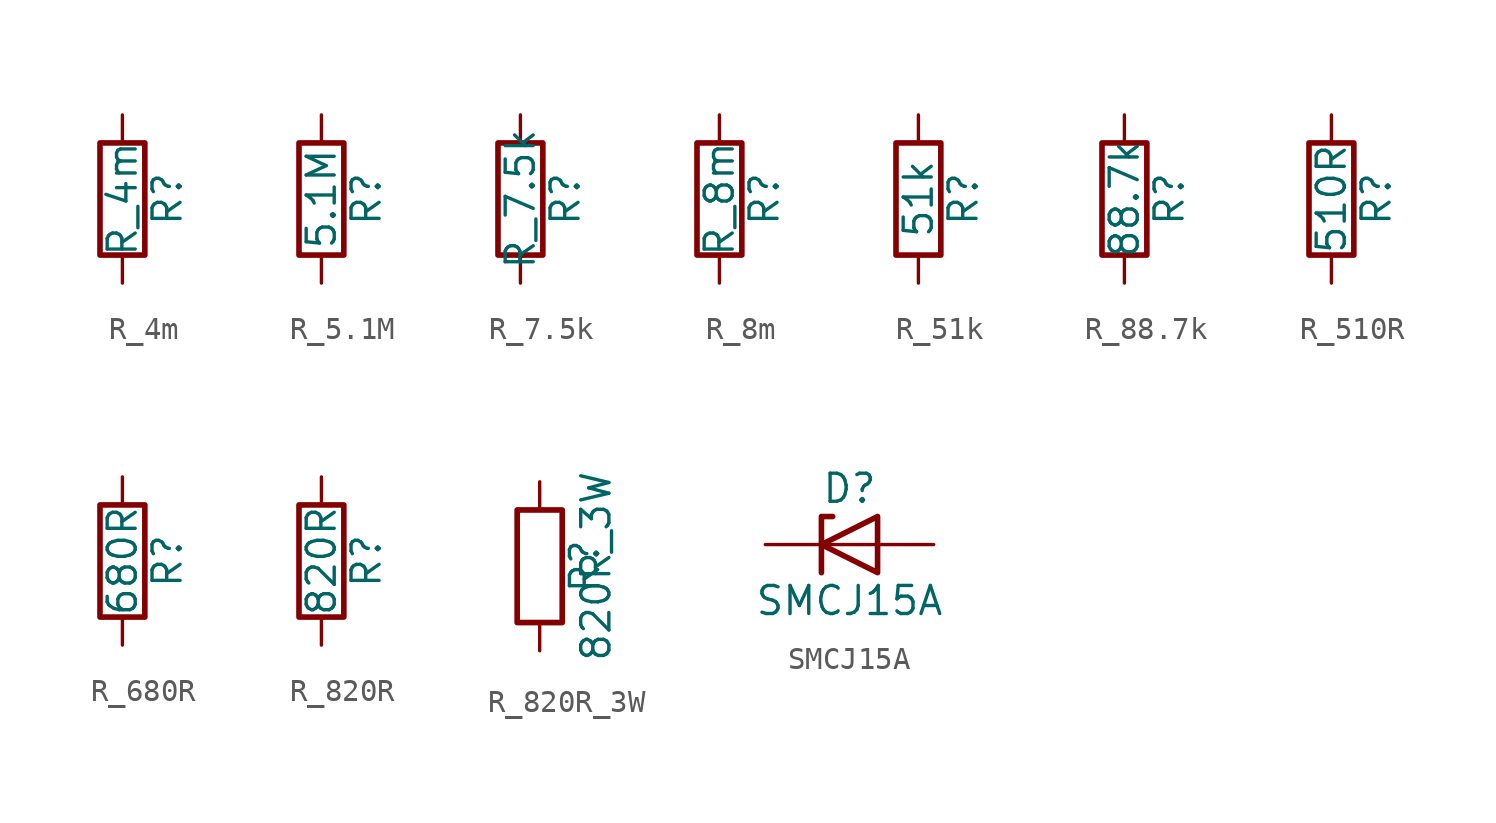
<source format=kicad_sym>
(kicad_symbol_lib
  (version 20231120)
  (generator "kicad_symbol_editor")
  (generator_version "8.0")
  (symbol "R_4m"
    (pin_numbers hide)
    (pin_names
      (offset 0))
    (property "Reference" "R"
      (at 2.032 0 90)
      (effects (font (size 1.27 1.27))))
    (property "Value" "R_4m"
      (at 0 0 90)
      (effects (font (size 1.27 1.27))))
    (symbol "R_4m_0_1"
      (rectangle (start -1.016 -2.54) (end 1.016 2.54) (stroke (width 0.254) (type default)) (fill (type none))))
    (symbol "R_4m_1_1"
      (pin passive line (at 0 3.81 270) (length 1.27) (name "~" (effects (font (size 1.27 1.27)))) (number "1" (effects (font (size 1.27 1.27)))))
      (pin passive line (at 0 -3.81 90) (length 1.27) (name "~" (effects (font (size 1.27 1.27)))) (number "2" (effects (font (size 1.27 1.27)))))))
  (symbol "R_5.1M"
    (pin_numbers hide)
    (pin_names
      (offset 0))
    (property "Reference" "R"
      (at 2.032 0 90)
      (effects (font (size 1.27 1.27))))
    (property "Value" "5.1M"
      (at 0 0 90)
      (effects (font (size 1.27 1.27))))
    (symbol "R_5.1M_0_1"
      (rectangle (start -1.016 -2.54) (end 1.016 2.54) (stroke (width 0.254) (type default)) (fill (type none))))
    (symbol "R_5.1M_1_1"
      (pin passive line (at 0 3.81 270) (length 1.27) (name "~" (effects (font (size 1.27 1.27)))) (number "1" (effects (font (size 1.27 1.27)))))
      (pin passive line (at 0 -3.81 90) (length 1.27) (name "~" (effects (font (size 1.27 1.27)))) (number "2" (effects (font (size 1.27 1.27)))))))
  (symbol "R_7.5k"
    (pin_numbers hide)
    (pin_names
      (offset 0))
    (property "Reference" "R"
      (at 2.032 0 90)
      (effects (font (size 1.27 1.27))))
    (property "Value" "R_7.5k"
      (at 0 0 90)
      (effects (font (size 1.27 1.27))))
    (symbol "R_7.5k_0_1"
      (rectangle (start -1.016 -2.54) (end 1.016 2.54) (stroke (width 0.254) (type default)) (fill (type none))))
    (symbol "R_7.5k_1_1"
      (pin passive line (at 0 3.81 270) (length 1.27) (name "~" (effects (font (size 1.27 1.27)))) (number "1" (effects (font (size 1.27 1.27)))))
      (pin passive line (at 0 -3.81 90) (length 1.27) (name "~" (effects (font (size 1.27 1.27)))) (number "2" (effects (font (size 1.27 1.27)))))))
  (symbol "R_8m"
    (pin_numbers hide)
    (pin_names
      (offset 0))
    (property "Reference" "R"
      (at 2.032 0 90)
      (effects (font (size 1.27 1.27))))
    (property "Value" "R_8m"
      (at 0 0 90)
      (effects (font (size 1.27 1.27))))
    (symbol "R_8m_0_1"
      (rectangle (start -1.016 -2.54) (end 1.016 2.54) (stroke (width 0.254) (type default)) (fill (type none))))
    (symbol "R_8m_1_1"
      (pin passive line (at 0 3.81 270) (length 1.27) (name "~" (effects (font (size 1.27 1.27)))) (number "1" (effects (font (size 1.27 1.27)))))
      (pin passive line (at 0 -3.81 90) (length 1.27) (name "~" (effects (font (size 1.27 1.27)))) (number "2" (effects (font (size 1.27 1.27)))))))
  (symbol "R_51k"
    (pin_numbers hide)
    (pin_names
      (offset 0))
    (property "Reference" "R"
      (at 2.032 0 90)
      (effects (font (size 1.27 1.27))))
    (property "Value" "51k"
      (at 0 0 90)
      (effects (font (size 1.27 1.27))))
    (symbol "R_51k_0_1"
      (rectangle (start -1.016 -2.54) (end 1.016 2.54) (stroke (width 0.254) (type default)) (fill (type none))))
    (symbol "R_51k_1_1"
      (pin passive line (at 0 3.81 270) (length 1.27) (name "~" (effects (font (size 1.27 1.27)))) (number "1" (effects (font (size 1.27 1.27)))))
      (pin passive line (at 0 -3.81 90) (length 1.27) (name "~" (effects (font (size 1.27 1.27)))) (number "2" (effects (font (size 1.27 1.27)))))))
  (symbol "R_88.7k"
    (pin_numbers hide)
    (pin_names
      (offset 0))
    (property "Reference" "R"
      (at 2.032 0 90)
      (effects (font (size 1.27 1.27))))
    (property "Value" "88.7k"
      (at 0 0 90)
      (effects (font (size 1.27 1.27))))
    (symbol "R_88.7k_0_1"
      (rectangle (start -1.016 -2.54) (end 1.016 2.54) (stroke (width 0.254) (type default)) (fill (type none))))
    (symbol "R_88.7k_1_1"
      (pin passive line (at 0 3.81 270) (length 1.27) (name "~" (effects (font (size 1.27 1.27)))) (number "1" (effects (font (size 1.27 1.27)))))
      (pin passive line (at 0 -3.81 90) (length 1.27) (name "~" (effects (font (size 1.27 1.27)))) (number "2" (effects (font (size 1.27 1.27)))))))
  (symbol "R_510R"
    (pin_numbers hide)
    (pin_names
      (offset 0))
    (property "Reference" "R"
      (at 2.032 0 90)
      (effects (font (size 1.27 1.27))))
    (property "Value" "510R"
      (at 0 0 90)
      (effects (font (size 1.27 1.27))))
    (symbol "R_510R_0_1"
      (rectangle (start -1.016 -2.54) (end 1.016 2.54) (stroke (width 0.254) (type default)) (fill (type none))))
    (symbol "R_510R_1_1"
      (pin passive line (at 0 3.81 270) (length 1.27) (name "~" (effects (font (size 1.27 1.27)))) (number "1" (effects (font (size 1.27 1.27)))))
      (pin passive line (at 0 -3.81 90) (length 1.27) (name "~" (effects (font (size 1.27 1.27)))) (number "2" (effects (font (size 1.27 1.27)))))))
  (symbol "R_680R"
    (pin_numbers hide)
    (pin_names
      (offset 0))
    (property "Reference" "R"
      (at 2.032 0 90)
      (effects (font (size 1.27 1.27))))
    (property "Value" "680R"
      (at 0 0 90)
      (effects (font (size 1.27 1.27))))
    (symbol "R_680R_0_1"
      (rectangle (start -1.016 -2.54) (end 1.016 2.54) (stroke (width 0.254) (type default)) (fill (type none))))
    (symbol "R_680R_1_1"
      (pin passive line (at 0 3.81 270) (length 1.27) (name "~" (effects (font (size 1.27 1.27)))) (number "1" (effects (font (size 1.27 1.27)))))
      (pin passive line (at 0 -3.81 90) (length 1.27) (name "~" (effects (font (size 1.27 1.27)))) (number "2" (effects (font (size 1.27 1.27)))))))
  (symbol "R_820R"
    (pin_numbers hide)
    (pin_names
      (offset 0))
    (property "Reference" "R"
      (at 2.032 0 90)
      (effects (font (size 1.27 1.27))))
    (property "Value" "820R"
      (at 0 0 90)
      (effects (font (size 1.27 1.27))))
    (symbol "R_820R_0_1"
      (rectangle (start -1.016 -2.54) (end 1.016 2.54) (stroke (width 0.254) (type default)) (fill (type none))))
    (symbol "R_820R_1_1"
      (pin passive line (at 0 3.81 270) (length 1.27) (name "~" (effects (font (size 1.27 1.27)))) (number "1" (effects (font (size 1.27 1.27)))))
      (pin passive line (at 0 -3.81 90) (length 1.27) (name "~" (effects (font (size 1.27 1.27)))) (number "2" (effects (font (size 1.27 1.27)))))))
  (symbol "R_820R_3W"
    (pin_numbers hide)
    (pin_names
      (offset 0))
    (property "Reference" "R"
      (at 2.032 0 90)
      (effects (font (size 1.27 1.27))))
    (property "Value" "820R_3W"
      (at 2.54 0 90)
      (effects (font (size 1.27 1.27))))
    (symbol "R_820R_3W_0_1"
      (rectangle (start -1.016 -2.54) (end 1.016 2.54) (stroke (width 0.254) (type default)) (fill (type none))))
    (symbol "R_820R_3W_1_1"
      (pin passive line (at 0 3.81 270) (length 1.27) (name "~" (effects (font (size 1.27 1.27)))) (number "1" (effects (font (size 1.27 1.27)))))
      (pin passive line (at 0 -3.81 90) (length 1.27) (name "~" (effects (font (size 1.27 1.27)))) (number "2" (effects (font (size 1.27 1.27)))))))
  (symbol "SMCJ15A"
    (pin_numbers hide)
    (pin_names
      (offset 1.016) hide)
    (property "Reference" "D"
      (at 0 2.54 0)
      (effects (font (size 1.27 1.27))))
    (property "Value" "SMCJ15A"
      (at 0 -2.54 0)
      (effects (font (size 1.27 1.27))))
    (symbol "SMCJ15A_0_1"
      (polyline (pts (xy 1.27 0) (xy -1.27 0)) (stroke (width 0) (type default)) (fill (type none)))
      (polyline (pts (xy -1.27 -1.27) (xy -1.27 1.27) (xy -0.762 1.27)) (stroke (width 0.254) (type default)) (fill (type none)))
      (polyline (pts (xy 1.27 -1.27) (xy 1.27 1.27) (xy -1.27 0) (xy 1.27 -1.27)) (stroke (width 0.254) (type default)) (fill (type none))))
    (symbol "SMCJ15A_1_1"
      (pin passive line (at -3.81 0 0) (length 2.54) (name "K" (effects (font (size 1.27 1.27)))) (number "1" (effects (font (size 1.27 1.27)))))
      (pin passive line (at 3.81 0 180) (length 2.54) (name "A" (effects (font (size 1.27 1.27)))) (number "2" (effects (font (size 1.27 1.27))))))))
</source>
